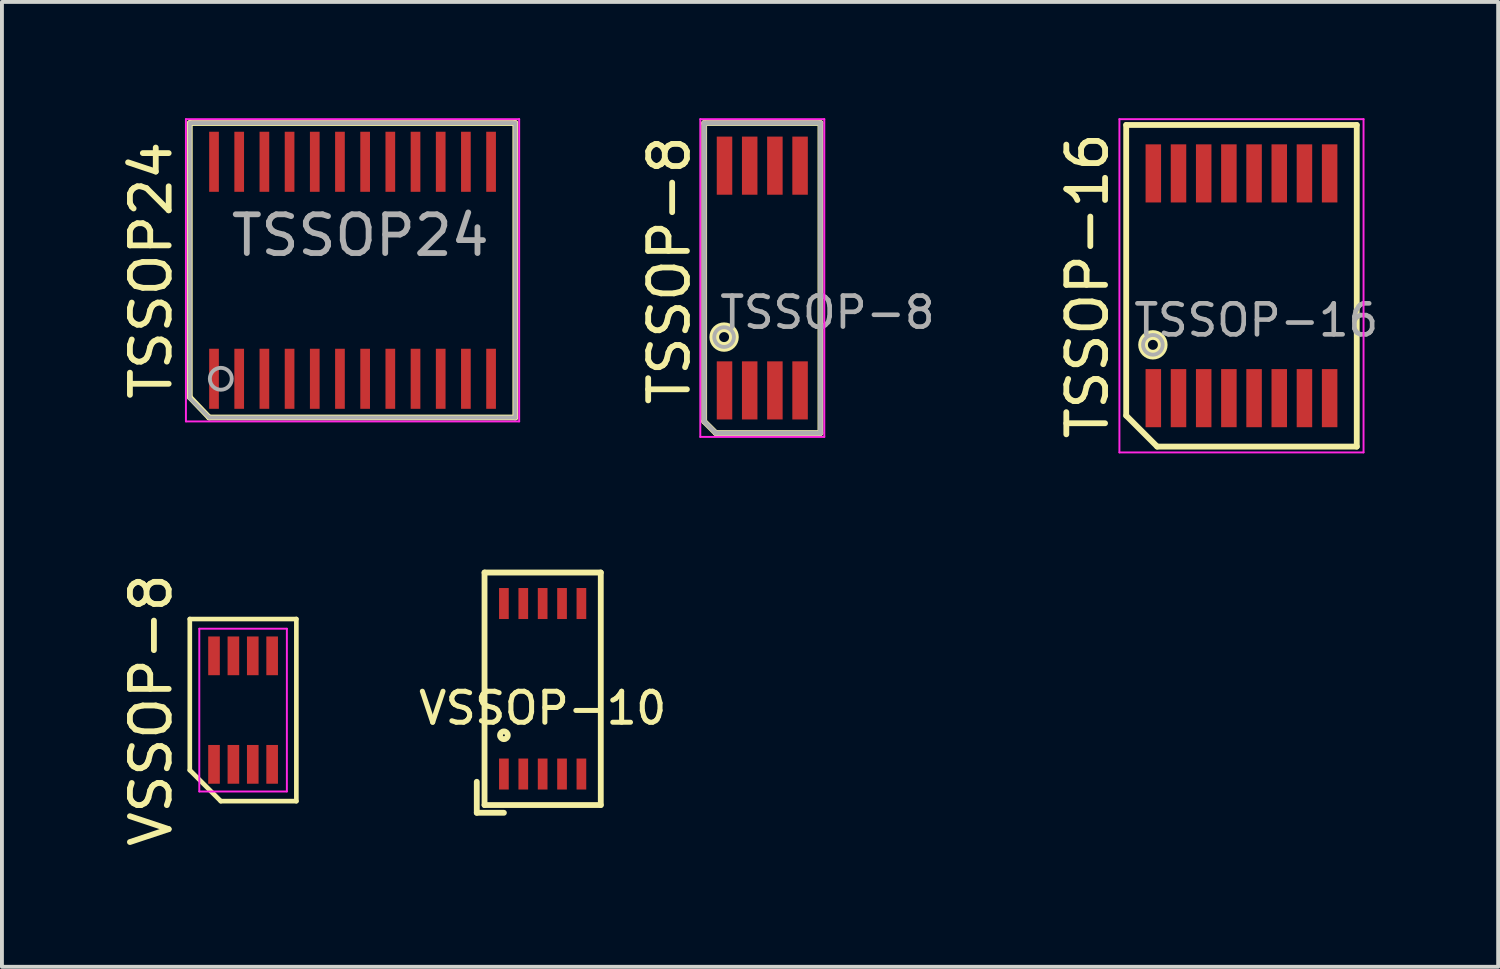
<source format=kicad_pcb>
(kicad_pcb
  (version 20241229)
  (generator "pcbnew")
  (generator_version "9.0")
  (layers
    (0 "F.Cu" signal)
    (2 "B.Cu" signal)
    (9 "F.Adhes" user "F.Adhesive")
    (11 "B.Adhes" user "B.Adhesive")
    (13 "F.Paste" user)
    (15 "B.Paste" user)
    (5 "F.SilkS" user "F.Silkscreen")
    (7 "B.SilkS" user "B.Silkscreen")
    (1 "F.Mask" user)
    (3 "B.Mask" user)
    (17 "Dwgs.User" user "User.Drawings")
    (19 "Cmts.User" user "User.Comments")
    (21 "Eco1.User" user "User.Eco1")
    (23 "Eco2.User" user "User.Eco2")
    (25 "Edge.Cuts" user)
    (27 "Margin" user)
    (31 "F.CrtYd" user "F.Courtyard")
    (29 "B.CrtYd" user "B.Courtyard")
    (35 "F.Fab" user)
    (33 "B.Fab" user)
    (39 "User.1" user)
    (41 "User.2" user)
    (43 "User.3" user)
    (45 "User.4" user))
  (footprint "TSSOP-16"
    (layer "F.Cu")
    (at 28.988 4.325)
    (property "Reference" "TSSOP-16" (at -3.975 0 90) (layer "F.SilkS") (effects (font (size 1 1) (thickness 0.15))))
    (attr smd)
    (fp_line (start -2.975 -4.15) (end 2.975 -4.15) (stroke (width 0.15) (type solid)) (layer "F.SilkS"))
    (fp_line (start -2.975 3.35) (end -2.975 -4.15) (stroke (width 0.15) (type solid)) (layer "F.SilkS"))
    (fp_line (start -2.175 4.15) (end -2.975 3.35) (stroke (width 0.15) (type solid)) (layer "F.SilkS"))
    (fp_line (start 2.975 -4.15) (end 2.975 4.15) (stroke (width 0.15) (type solid)) (layer "F.SilkS"))
    (fp_line (start 2.975 4.15) (end -2.175 4.15) (stroke (width 0.15) (type solid)) (layer "F.SilkS"))
    (fp_circle (center -2.286 1.524) (end -2.032 1.524) (stroke (width 0.25) (type solid)) (fill no) (layer "F.SilkS"))
    (fp_line (start -3.15 -4.3) (end 3.15 -4.3) (stroke (width 0.05) (type solid)) (layer "F.CrtYd"))
    (fp_line (start -3.15 4.3) (end -3.15 -4.3) (stroke (width 0.05) (type solid)) (layer "F.CrtYd"))
    (fp_line (start 3.15 -4.3) (end 3.15 4.3) (stroke (width 0.05) (type solid)) (layer "F.CrtYd"))
    (fp_line (start 3.15 4.3) (end -3.15 4.3) (stroke (width 0.05) (type solid)) (layer "F.CrtYd"))
    (fp_circle (center -2.286 1.524) (end -2.032 1.524) (stroke (width 0.1) (type solid)) (fill no) (layer "F.Fab"))
    (fp_text user "${REFERENCE}" (at 0.381 0.889 0) (layer "F.Fab") (effects (font (size 0.8 0.8) (thickness 0.12))))
    (pad "1" smd rect (at -2.275 2.9) (size 0.4 1.5) (layers "F.Cu" "F.Mask" "F.Paste"))
    (pad "2" smd rect (at -1.625 2.9) (size 0.4 1.5) (layers "F.Cu" "F.Mask" "F.Paste"))
    (pad "3" smd rect (at -0.975 2.9) (size 0.4 1.5) (layers "F.Cu" "F.Mask" "F.Paste"))
    (pad "4" smd rect (at -0.325 2.9) (size 0.4 1.5) (layers "F.Cu" "F.Mask" "F.Paste"))
    (pad "5" smd rect (at 0.325 2.9) (size 0.4 1.5) (layers "F.Cu" "F.Mask" "F.Paste"))
    (pad "6" smd rect (at 0.975 2.9) (size 0.4 1.5) (layers "F.Cu" "F.Mask" "F.Paste"))
    (pad "7" smd rect (at 1.625 2.9) (size 0.4 1.5) (layers "F.Cu" "F.Mask" "F.Paste"))
    (pad "8" smd rect (at 2.275 2.9) (size 0.4 1.5) (layers "F.Cu" "F.Mask" "F.Paste"))
    (pad "9" smd rect (at 2.275 -2.9) (size 0.4 1.5) (layers "F.Cu" "F.Mask" "F.Paste"))
    (pad "10" smd rect (at 1.625 -2.9) (size 0.4 1.5) (layers "F.Cu" "F.Mask" "F.Paste"))
    (pad "11" smd rect (at 0.975 -2.9) (size 0.4 1.5) (layers "F.Cu" "F.Mask" "F.Paste"))
    (pad "12" smd rect (at 0.325 -2.9) (size 0.4 1.5) (layers "F.Cu" "F.Mask" "F.Paste"))
    (pad "13" smd rect (at -0.325 -2.9) (size 0.4 1.5) (layers "F.Cu" "F.Mask" "F.Paste"))
    (pad "14" smd rect (at -0.975 -2.9) (size 0.4 1.5) (layers "F.Cu" "F.Mask" "F.Paste"))
    (pad "15" smd rect (at -1.625 -2.9) (size 0.4 1.5) (layers "F.Cu" "F.Mask" "F.Paste"))
    (pad "16" smd rect (at -2.275 -2.9) (size 0.4 1.5) (layers "F.Cu" "F.Mask" "F.Paste")))
  (footprint "TSSOP24"
    (layer "F.Cu")
    (at 6.048 3.925)
    (property "Reference" "TSSOP24" (at -5.2 0 90) (layer "F.SilkS") (effects (font (size 1 1) (thickness 0.15))))
    (attr smd)
    (fp_line (start -4.2 -3.8) (end 4.2 -3.8) (stroke (width 0.15) (type solid)) (layer "F.SilkS"))
    (fp_line (start -4.2 3.275) (end -4.2 -3.8) (stroke (width 0.15) (type solid)) (layer "F.SilkS"))
    (fp_line (start -3.7 3.8) (end -4.2 3.275) (stroke (width 0.15) (type solid)) (layer "F.SilkS"))
    (fp_line (start 4.2 -3.8) (end 4.2 3.8) (stroke (width 0.15) (type solid)) (layer "F.SilkS"))
    (fp_line (start 4.2 3.8) (end -3.7 3.8) (stroke (width 0.15) (type solid)) (layer "F.SilkS"))
    (fp_line (start -4.3 -3.9) (end 4.3 -3.9) (stroke (width 0.05) (type solid)) (layer "F.CrtYd"))
    (fp_line (start -4.3 3.9) (end -4.3 -3.9) (stroke (width 0.05) (type solid)) (layer "F.CrtYd"))
    (fp_line (start 4.3 -3.9) (end 4.3 3.9) (stroke (width 0.05) (type solid)) (layer "F.CrtYd"))
    (fp_line (start 4.3 3.9) (end -4.3 3.9) (stroke (width 0.05) (type solid)) (layer "F.CrtYd"))
    (fp_line (start -4.2 -3.8) (end 4.2 -3.8) (stroke (width 0.1) (type solid)) (layer "F.Fab"))
    (fp_line (start -4.2 3.3) (end -4.2 -3.8) (stroke (width 0.1) (type solid)) (layer "F.Fab"))
    (fp_line (start -3.7 3.8) (end -4.2 3.3) (stroke (width 0.1) (type solid)) (layer "F.Fab"))
    (fp_line (start 4.2 -3.8) (end 4.2 3.8) (stroke (width 0.1) (type solid)) (layer "F.Fab"))
    (fp_line (start 4.2 3.8) (end -3.7 3.8) (stroke (width 0.1) (type solid)) (layer "F.Fab"))
    (fp_circle (center -3.4 2.8) (end -3.2 2.6) (stroke (width 0.1) (type solid)) (fill no) (layer "F.Fab"))
    (fp_text user "${REFERENCE}" (at 0.2 -0.9 0) (layer "F.Fab") (effects (font (size 1 1) (thickness 0.15))))
    (pad "1" smd rect (at -3.575 2.8) (size 0.25 1.55) (layers "F.Cu" "F.Mask" "F.Paste"))
    (pad "2" smd rect (at -2.925 2.8) (size 0.25 1.55) (layers "F.Cu" "F.Mask" "F.Paste"))
    (pad "3" smd rect (at -2.275 2.8) (size 0.25 1.55) (layers "F.Cu" "F.Mask" "F.Paste"))
    (pad "4" smd rect (at -1.625 2.8) (size 0.25 1.55) (layers "F.Cu" "F.Mask" "F.Paste"))
    (pad "5" smd rect (at -0.975 2.8) (size 0.25 1.55) (layers "F.Cu" "F.Mask" "F.Paste"))
    (pad "6" smd rect (at -0.325 2.8) (size 0.25 1.55) (layers "F.Cu" "F.Mask" "F.Paste"))
    (pad "7" smd rect (at 0.325 2.8) (size 0.25 1.55) (layers "F.Cu" "F.Mask" "F.Paste"))
    (pad "8" smd rect (at 0.975 2.8) (size 0.25 1.55) (layers "F.Cu" "F.Mask" "F.Paste"))
    (pad "9" smd rect (at 1.625 2.8) (size 0.25 1.55) (layers "F.Cu" "F.Mask" "F.Paste"))
    (pad "10" smd rect (at 2.275 2.8) (size 0.25 1.55) (layers "F.Cu" "F.Mask" "F.Paste"))
    (pad "11" smd rect (at 2.925 2.8) (size 0.25 1.55) (layers "F.Cu" "F.Mask" "F.Paste"))
    (pad "12" smd rect (at 3.575 2.8) (size 0.25 1.55) (layers "F.Cu" "F.Mask" "F.Paste"))
    (pad "13" smd rect (at 3.575 -2.8) (size 0.25 1.55) (layers "F.Cu" "F.Mask" "F.Paste"))
    (pad "14" smd rect (at 2.925 -2.8) (size 0.25 1.55) (layers "F.Cu" "F.Mask" "F.Paste"))
    (pad "15" smd rect (at 2.275 -2.8) (size 0.25 1.55) (layers "F.Cu" "F.Mask" "F.Paste"))
    (pad "16" smd rect (at 1.625 -2.8) (size 0.25 1.55) (layers "F.Cu" "F.Mask" "F.Paste"))
    (pad "17" smd rect (at 0.975 -2.8) (size 0.25 1.55) (layers "F.Cu" "F.Mask" "F.Paste"))
    (pad "18" smd rect (at 0.325 -2.8) (size 0.25 1.55) (layers "F.Cu" "F.Mask" "F.Paste"))
    (pad "19" smd rect (at -0.325 -2.8) (size 0.25 1.55) (layers "F.Cu" "F.Mask" "F.Paste"))
    (pad "20" smd rect (at -0.975 -2.8) (size 0.25 1.55) (layers "F.Cu" "F.Mask" "F.Paste"))
    (pad "21" smd rect (at -1.625 -2.8) (size 0.25 1.55) (layers "F.Cu" "F.Mask" "F.Paste"))
    (pad "22" smd rect (at -2.275 -2.8) (size 0.25 1.55) (layers "F.Cu" "F.Mask" "F.Paste"))
    (pad "23" smd rect (at -2.925 -2.8) (size 0.25 1.55) (layers "F.Cu" "F.Mask" "F.Paste"))
    (pad "24" smd rect (at -3.575 -2.8) (size 0.25 1.55) (layers "F.Cu" "F.Mask" "F.Paste")))
  (footprint "VSSOP-10"
    (layer "F.Cu")
    (at 10.954 14.725)
    (property "Reference" "VSSOP-10" (at 0 0.5 0) (layer "F.SilkS") (effects (font (size 0.8 0.8) (thickness 0.13))))
    (attr through_hole)
    (fp_line (start -1.7 2.4) (end -1.7 3.2) (stroke (width 0.15) (type solid)) (layer "F.SilkS"))
    (fp_line (start -1.7 3.2) (end -1 3.2) (stroke (width 0.15) (type solid)) (layer "F.SilkS"))
    (fp_line (start -1.5 -3) (end 1.5 -3) (stroke (width 0.15) (type solid)) (layer "F.SilkS"))
    (fp_line (start -1.5 3) (end -1.5 -3) (stroke (width 0.15) (type solid)) (layer "F.SilkS"))
    (fp_line (start 1.5 -3) (end 1.5 3) (stroke (width 0.15) (type solid)) (layer "F.SilkS"))
    (fp_line (start 1.5 3) (end -1.5 3) (stroke (width 0.15) (type solid)) (layer "F.SilkS"))
    (fp_circle (center -1 1.2) (end -1 1.1) (stroke (width 0.15) (type solid)) (fill no) (layer "F.SilkS"))
    (pad "1" smd rect (at -1 2.2) (size 0.25 0.8) (layers "F.Cu" "F.Mask" "F.Paste"))
    (pad "2" smd rect (at -0.5 2.2) (size 0.25 0.8) (layers "F.Cu" "F.Mask" "F.Paste"))
    (pad "3" smd rect (at 0 2.2) (size 0.25 0.8) (layers "F.Cu" "F.Mask" "F.Paste"))
    (pad "4" smd rect (at 0.5 2.2) (size 0.25 0.8) (layers "F.Cu" "F.Mask" "F.Paste"))
    (pad "5" smd rect (at 1 2.2) (size 0.25 0.8) (layers "F.Cu" "F.Mask" "F.Paste"))
    (pad "6" smd rect (at 1 -2.2) (size 0.25 0.8) (layers "F.Cu" "F.Mask" "F.Paste"))
    (pad "7" smd rect (at 0.5 -2.2) (size 0.25 0.8) (layers "F.Cu" "F.Mask" "F.Paste"))
    (pad "8" smd rect (at 0 -2.2) (size 0.25 0.8) (layers "F.Cu" "F.Mask" "F.Paste"))
    (pad "9" smd rect (at -0.5 -2.2) (size 0.25 0.8) (layers "F.Cu" "F.Mask" "F.Paste"))
    (pad "10" smd rect (at -1 -2.2) (size 0.25 0.8) (layers "F.Cu" "F.Mask" "F.Paste")))
  (footprint "TSSOP-8"
    (layer "F.Cu")
    (at 16.622 4.125)
    (property "Reference" "TSSOP-8" (at -2.4 -0.2 90) (layer "F.SilkS") (effects (font (size 1 1) (thickness 0.15))))
    (attr smd)
    (fp_line (start -1.5 -4) (end 1.5 -4) (stroke (width 0.15) (type solid)) (layer "F.SilkS"))
    (fp_line (start -1.5 3.7) (end -1.5 -4) (stroke (width 0.15) (type solid)) (layer "F.SilkS"))
    (fp_line (start -1.2 4) (end -1.5 3.7) (stroke (width 0.15) (type solid)) (layer "F.SilkS"))
    (fp_line (start 1.5 -4) (end 1.5 4) (stroke (width 0.15) (type solid)) (layer "F.SilkS"))
    (fp_line (start 1.5 4) (end -1.2 4) (stroke (width 0.15) (type solid)) (layer "F.SilkS"))
    (fp_circle (center -0.986 1.524) (end -0.732 1.524) (stroke (width 0.25) (type solid)) (fill no) (layer "F.SilkS"))
    (fp_line (start -1.6 -4.1) (end 1.6 -4.1) (stroke (width 0.05) (type solid)) (layer "F.CrtYd"))
    (fp_line (start -1.6 4.1) (end -1.6 -4.1) (stroke (width 0.05) (type solid)) (layer "F.CrtYd"))
    (fp_line (start 1.6 -4.1) (end 1.6 4.1) (stroke (width 0.05) (type solid)) (layer "F.CrtYd"))
    (fp_line (start 1.6 4.1) (end -1.6 4.1) (stroke (width 0.05) (type solid)) (layer "F.CrtYd"))
    (fp_line (start -1.5 -4) (end 1.5 -4) (stroke (width 0.12) (type solid)) (layer "F.Fab"))
    (fp_line (start -1.5 3.7) (end -1.5 -4) (stroke (width 0.12) (type solid)) (layer "F.Fab"))
    (fp_line (start -1.2 4) (end -1.5 3.7) (stroke (width 0.12) (type solid)) (layer "F.Fab"))
    (fp_line (start 1.5 -4) (end 1.5 4) (stroke (width 0.12) (type solid)) (layer "F.Fab"))
    (fp_line (start 1.5 4) (end -1.2 4) (stroke (width 0.12) (type solid)) (layer "F.Fab"))
    (fp_circle (center -0.986 1.524) (end -0.732 1.524) (stroke (width 0.1) (type solid)) (fill no) (layer "F.Fab"))
    (fp_text user "${REFERENCE}" (at 1.681 0.889 0) (layer "F.Fab") (effects (font (size 0.8 0.8) (thickness 0.12))))
    (pad "1" smd rect (at -0.975 2.9) (size 0.4 1.5) (layers "F.Cu" "F.Mask" "F.Paste"))
    (pad "2" smd rect (at -0.325 2.9) (size 0.4 1.5) (layers "F.Cu" "F.Mask" "F.Paste"))
    (pad "3" smd rect (at 0.325 2.9) (size 0.4 1.5) (layers "F.Cu" "F.Mask" "F.Paste"))
    (pad "4" smd rect (at 0.975 2.9) (size 0.4 1.5) (layers "F.Cu" "F.Mask" "F.Paste"))
    (pad "5" smd rect (at 0.975 -2.9) (size 0.4 1.5) (layers "F.Cu" "F.Mask" "F.Paste"))
    (pad "6" smd rect (at 0.325 -2.9) (size 0.4 1.5) (layers "F.Cu" "F.Mask" "F.Paste"))
    (pad "7" smd rect (at -0.325 -2.9) (size 0.4 1.5) (layers "F.Cu" "F.Mask" "F.Paste"))
    (pad "8" smd rect (at -0.975 -2.9) (size 0.4 1.5) (layers "F.Cu" "F.Mask" "F.Paste")))
  (footprint "VSSOP-8"
    (layer "F.Cu")
    (at 3.223 15.275)
    (property "Reference" "VSSOP-8" (at -2.375 0 90) (layer "F.SilkS") (effects (font (size 1 1) (thickness 0.15))))
    (attr smd)
    (fp_line (start -1.375 -2.35) (end 1.375 -2.35) (stroke (width 0.12) (type solid)) (layer "F.SilkS"))
    (fp_line (start -1.375 1.55) (end -1.375 -2.35) (stroke (width 0.12) (type solid)) (layer "F.SilkS"))
    (fp_line (start -0.575 2.35) (end -1.375 1.55) (stroke (width 0.12) (type solid)) (layer "F.SilkS"))
    (fp_line (start 1.375 -2.35) (end 1.375 2.35) (stroke (width 0.12) (type solid)) (layer "F.SilkS"))
    (fp_line (start 1.375 2.35) (end -0.575 2.35) (stroke (width 0.12) (type solid)) (layer "F.SilkS"))
    (fp_line (start -1.13 -2.1) (end 1.13 -2.1) (stroke (width 0.05) (type solid)) (layer "F.CrtYd"))
    (fp_line (start -1.13 2.1) (end -1.13 -2.1) (stroke (width 0.05) (type solid)) (layer "F.CrtYd"))
    (fp_line (start 1.13 -2.1) (end 1.13 2.1) (stroke (width 0.05) (type solid)) (layer "F.CrtYd"))
    (fp_line (start 1.13 2.1) (end -1.13 2.1) (stroke (width 0.05) (type solid)) (layer "F.CrtYd"))
    (pad "1" smd rect (at -0.75 1.4) (size 0.3 1) (layers "F.Cu" "F.Mask" "F.Paste"))
    (pad "2" smd rect (at -0.25 1.4) (size 0.3 1) (layers "F.Cu" "F.Mask" "F.Paste"))
    (pad "3" smd rect (at 0.25 1.4) (size 0.3 1) (layers "F.Cu" "F.Mask" "F.Paste"))
    (pad "4" smd rect (at 0.75 1.4) (size 0.3 1) (layers "F.Cu" "F.Mask" "F.Paste"))
    (pad "5" smd rect (at 0.75 -1.4) (size 0.3 1) (layers "F.Cu" "F.Mask" "F.Paste"))
    (pad "6" smd rect (at 0.25 -1.4) (size 0.3 1) (layers "F.Cu" "F.Mask" "F.Paste"))
    (pad "7" smd rect (at -0.25 -1.4) (size 0.3 1) (layers "F.Cu" "F.Mask" "F.Paste"))
    (pad "8" smd rect (at -0.75 -1.4) (size 0.3 1) (layers "F.Cu" "F.Mask" "F.Paste")))
  (gr_rect
    (start -3 -3)
    (end 35.612 21.9)
    (stroke (width 0.1) (type default))
    (fill no)
    (layer "Edge.Cuts")))
</source>
